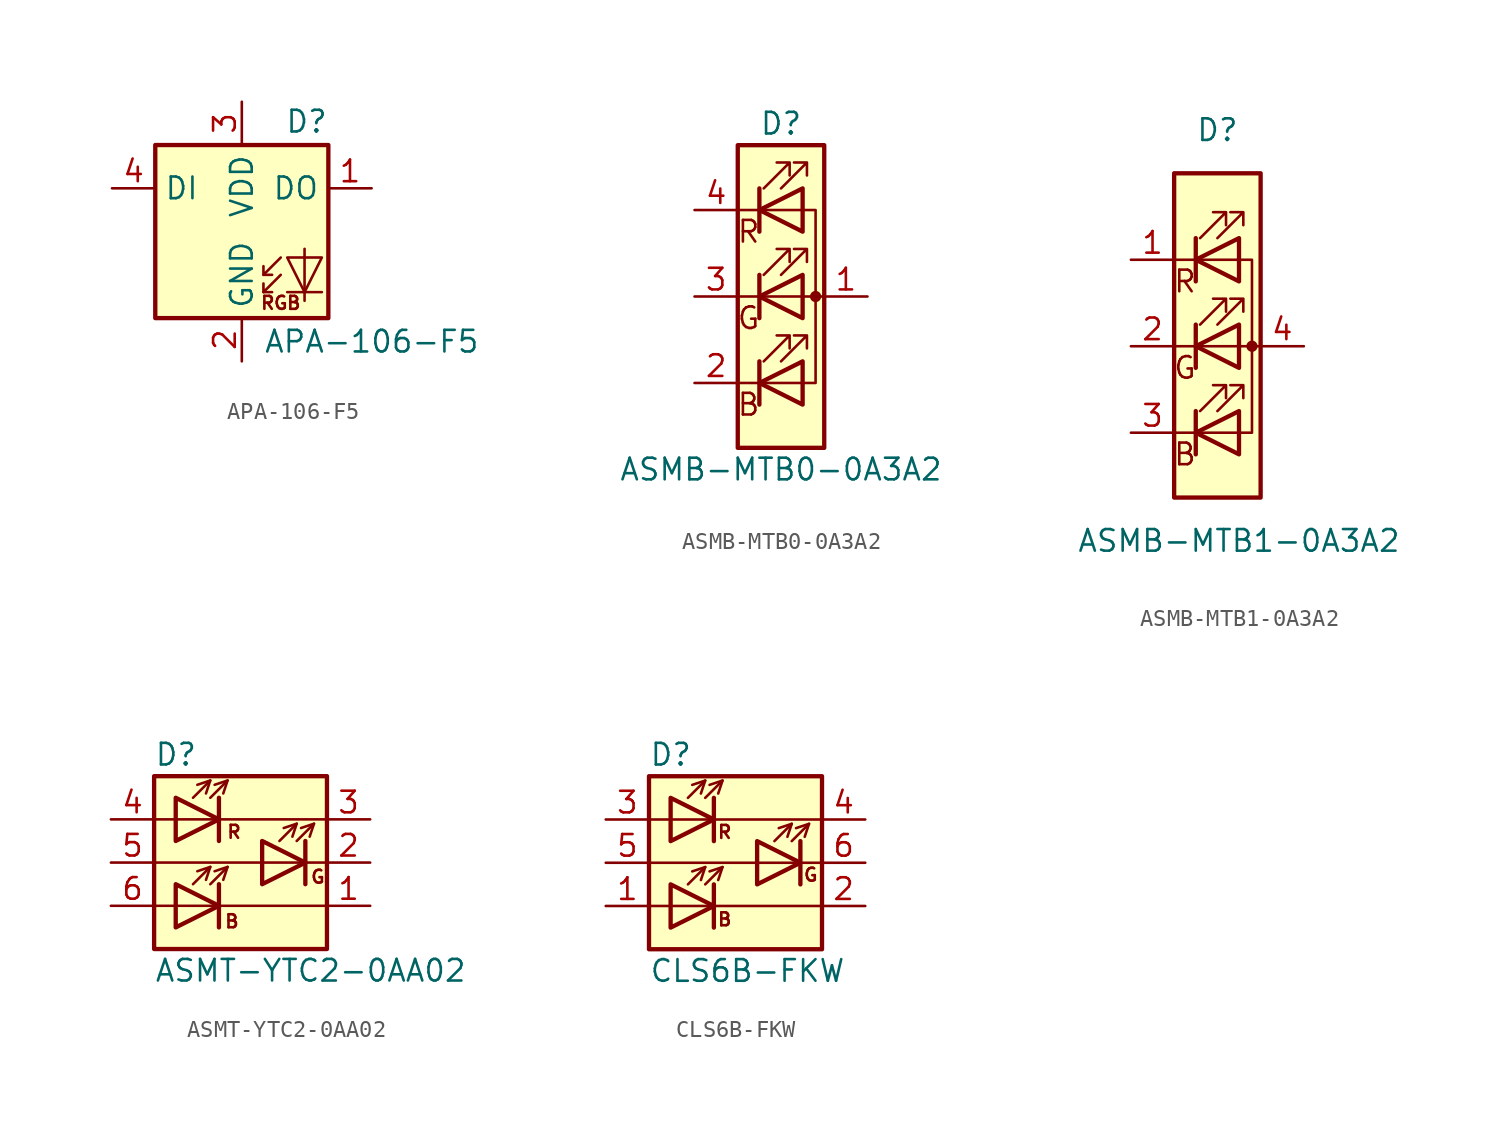
<source format=kicad_sym>
(kicad_symbol_lib
  (version 20201005)
  (generator kicad_symbol_editor)
  (symbol "APA-106-F5"
    (property "Reference" "D"
      (at 5.08 5.715 0)
      (effects (font (size 1.27 1.27)) (justify right bottom)))
    (property "Value" "APA-106-F5"
      (at 1.27 -5.715 0)
      (effects (font (size 1.27 1.27)) (justify left top)))
    (symbol "APA-106-F5_0_0"
      (text "RGB" (at 2.286 -4.191 0) (effects (font (size 0.762 0.762)))))
    (symbol "APA-106-F5_0_1"
      (rectangle (start 5.08 5.08) (end -5.08 -5.08) (stroke (width 0.254)) (fill (type background)))
      (polyline (pts (xy 1.27 -3.556) (xy 1.778 -3.556)) (stroke (width 0)) (fill (type none)))
      (polyline (pts (xy 1.27 -2.54) (xy 1.778 -2.54)) (stroke (width 0)) (fill (type none)))
      (polyline (pts (xy 4.699 -3.556) (xy 2.667 -3.556)) (stroke (width 0)) (fill (type none)))
      (polyline (pts (xy 2.286 -2.54) (xy 1.27 -3.556) (xy 1.27 -3.048)) (stroke (width 0)) (fill (type none)))
      (polyline (pts (xy 2.286 -1.524) (xy 1.27 -2.54) (xy 1.27 -2.032)) (stroke (width 0)) (fill (type none)))
      (polyline (pts (xy 3.683 -1.016) (xy 3.683 -3.556) (xy 3.683 -4.064)) (stroke (width 0)) (fill (type none)))
      (polyline (pts (xy 4.699 -1.524) (xy 2.667 -1.524) (xy 3.683 -3.556) (xy 4.699 -1.524)) (stroke (width 0)) (fill (type none))))
    (symbol "APA-106-F5_1_1"
      (pin output line (at 7.62 2.54 180) (length 2.54) (name "DO" (effects (font (size 1.27 1.27)))) (number "1" (effects (font (size 1.27 1.27)))))
      (pin power_in line (at 0 -7.62 90) (length 2.54) (name "GND" (effects (font (size 1.27 1.27)))) (number "2" (effects (font (size 1.27 1.27)))))
      (pin power_in line (at 0 7.62 270) (length 2.54) (name "VDD" (effects (font (size 1.27 1.27)))) (number "3" (effects (font (size 1.27 1.27)))))
      (pin input line (at -7.62 2.54 0) (length 2.54) (name "DI" (effects (font (size 1.27 1.27)))) (number "4" (effects (font (size 1.27 1.27)))))))
  (symbol "ASMB-MTB0-0A3A2"
    (pin_names
      (offset 0) hide)
    (property "Reference" "D"
      (at 0 10.16 0)
      (effects (font (size 1.27 1.27))))
    (property "Value" "ASMB-MTB0-0A3A2"
      (at 0 -10.16 0)
      (effects (font (size 1.27 1.27))))
    (symbol "ASMB-MTB0-0A3A2_0_0"
      (text "B" (at -1.905 -6.35 0) (effects (font (size 1.27 1.27))))
      (text "G" (at -1.905 -1.27 0) (effects (font (size 1.27 1.27))))
      (text "R" (at -1.905 3.81 0) (effects (font (size 1.27 1.27)))))
    (symbol "ASMB-MTB0-0A3A2_0_1"
      (circle (center 2.032 0) (radius 0.254) (stroke (width 0)) (fill (type outline)))
      (rectangle (start 1.27 6.35) (end 1.27 6.35) (stroke (width 0)) (fill (type none)))
      (rectangle (start -2.54 -8.89) (end 2.54 8.89) (stroke (width 0.254)) (fill (type background)))
      (polyline (pts (xy -2.54 -5.08) (xy 1.27 -5.08)) (stroke (width 0)) (fill (type none)))
      (polyline (pts (xy -1.27 -3.81) (xy -1.27 -6.35)) (stroke (width 0.254)) (fill (type none)))
      (polyline (pts (xy -1.27 1.27) (xy -1.27 -1.27)) (stroke (width 0.254)) (fill (type none)))
      (polyline (pts (xy -1.27 6.35) (xy -1.27 3.81)) (stroke (width 0.254)) (fill (type none)))
      (polyline (pts (xy 1.27 5.08) (xy -2.54 5.08)) (stroke (width 0)) (fill (type none)))
      (polyline (pts (xy 2.54 0) (xy -2.54 0)) (stroke (width 0)) (fill (type none)))
      (polyline (pts (xy 1.27 -5.08) (xy 2.032 -5.08) (xy 2.032 5.08) (xy 1.27 5.08)) (stroke (width 0)) (fill (type none)))
      (polyline (pts (xy 1.27 -3.81) (xy 1.27 -6.35) (xy -1.27 -5.08) (xy 1.27 -3.81)) (stroke (width 0.254)) (fill (type none)))
      (polyline (pts (xy 1.27 1.27) (xy 1.27 -1.27) (xy -1.27 0) (xy 1.27 1.27)) (stroke (width 0.254)) (fill (type none)))
      (polyline (pts (xy 1.27 6.35) (xy 1.27 3.81) (xy -1.27 5.08) (xy 1.27 6.35)) (stroke (width 0.254)) (fill (type none)))
      (polyline (pts (xy -1.016 -3.81) (xy 0.508 -2.286) (xy -0.254 -2.286) (xy 0.508 -2.286) (xy 0.508 -3.048)) (stroke (width 0)) (fill (type none)))
      (polyline (pts (xy -1.016 1.27) (xy 0.508 2.794) (xy -0.254 2.794) (xy 0.508 2.794) (xy 0.508 2.032)) (stroke (width 0)) (fill (type none)))
      (polyline (pts (xy -1.016 6.35) (xy 0.508 7.874) (xy -0.254 7.874) (xy 0.508 7.874) (xy 0.508 7.112)) (stroke (width 0)) (fill (type none)))
      (polyline (pts (xy 0 -3.81) (xy 1.524 -2.286) (xy 0.762 -2.286) (xy 1.524 -2.286) (xy 1.524 -3.048)) (stroke (width 0)) (fill (type none)))
      (polyline (pts (xy 0 1.27) (xy 1.524 2.794) (xy 0.762 2.794) (xy 1.524 2.794) (xy 1.524 2.032)) (stroke (width 0)) (fill (type none)))
      (polyline (pts (xy 0 6.35) (xy 1.524 7.874) (xy 0.762 7.874) (xy 1.524 7.874) (xy 1.524 7.112)) (stroke (width 0)) (fill (type none))))
    (symbol "ASMB-MTB0-0A3A2_1_1"
      (pin passive line (at 5.08 0 180) (length 2.54) (name "A" (effects (font (size 1.27 1.27)))) (number "1" (effects (font (size 1.27 1.27)))))
      (pin passive line (at -5.08 -5.08 0) (length 2.54) (name "BK" (effects (font (size 1.27 1.27)))) (number "2" (effects (font (size 1.27 1.27)))))
      (pin passive line (at -5.08 0 0) (length 2.54) (name "GK" (effects (font (size 1.27 1.27)))) (number "3" (effects (font (size 1.27 1.27)))))
      (pin passive line (at -5.08 5.08 0) (length 2.54) (name "RK" (effects (font (size 1.27 1.27)))) (number "4" (effects (font (size 1.27 1.27)))))))
  (symbol "ASMB-MTB1-0A3A2"
    (pin_names
      (offset 0) hide)
    (property "Reference" "D"
      (at 0 12.7 0)
      (effects (font (size 1.27 1.27))))
    (property "Value" "ASMB-MTB1-0A3A2"
      (at 1.27 -11.43 0)
      (effects (font (size 1.27 1.27))))
    (symbol "ASMB-MTB1-0A3A2_0_0"
      (text "B" (at -1.905 -6.35 0) (effects (font (size 1.27 1.27))))
      (text "G" (at -1.905 -1.27 0) (effects (font (size 1.27 1.27))))
      (text "R" (at -1.905 3.81 0) (effects (font (size 1.27 1.27)))))
    (symbol "ASMB-MTB1-0A3A2_0_1"
      (circle (center 2.032 0) (radius 0.254) (stroke (width 0)) (fill (type outline)))
      (rectangle (start 1.27 6.35) (end 1.27 6.35) (stroke (width 0)) (fill (type none)))
      (rectangle (start 2.54 -8.89) (end -2.54 10.16) (stroke (width 0.254)) (fill (type background)))
      (polyline (pts (xy -2.54 -5.08) (xy 1.27 -5.08)) (stroke (width 0)) (fill (type none)))
      (polyline (pts (xy -1.27 -3.81) (xy -1.27 -6.35)) (stroke (width 0.254)) (fill (type none)))
      (polyline (pts (xy -1.27 1.27) (xy -1.27 -1.27)) (stroke (width 0.254)) (fill (type none)))
      (polyline (pts (xy -1.27 6.35) (xy -1.27 3.81)) (stroke (width 0.254)) (fill (type none)))
      (polyline (pts (xy 1.27 5.08) (xy -2.54 5.08)) (stroke (width 0)) (fill (type none)))
      (polyline (pts (xy 2.54 0) (xy -2.54 0)) (stroke (width 0)) (fill (type none)))
      (polyline (pts (xy 1.27 -5.08) (xy 2.032 -5.08) (xy 2.032 5.08) (xy 1.27 5.08)) (stroke (width 0)) (fill (type none)))
      (polyline (pts (xy 1.27 -3.81) (xy 1.27 -6.35) (xy -1.27 -5.08) (xy 1.27 -3.81)) (stroke (width 0.254)) (fill (type none)))
      (polyline (pts (xy 1.27 1.27) (xy 1.27 -1.27) (xy -1.27 0) (xy 1.27 1.27)) (stroke (width 0.254)) (fill (type none)))
      (polyline (pts (xy 1.27 6.35) (xy 1.27 3.81) (xy -1.27 5.08) (xy 1.27 6.35)) (stroke (width 0.254)) (fill (type none)))
      (polyline (pts (xy -1.016 -3.81) (xy 0.508 -2.286) (xy -0.254 -2.286) (xy 0.508 -2.286) (xy 0.508 -3.048)) (stroke (width 0)) (fill (type none)))
      (polyline (pts (xy -1.016 1.27) (xy 0.508 2.794) (xy -0.254 2.794) (xy 0.508 2.794) (xy 0.508 2.032)) (stroke (width 0)) (fill (type none)))
      (polyline (pts (xy -1.016 6.35) (xy 0.508 7.874) (xy -0.254 7.874) (xy 0.508 7.874) (xy 0.508 7.112)) (stroke (width 0)) (fill (type none)))
      (polyline (pts (xy 0 -3.81) (xy 1.524 -2.286) (xy 0.762 -2.286) (xy 1.524 -2.286) (xy 1.524 -3.048)) (stroke (width 0)) (fill (type none)))
      (polyline (pts (xy 0 1.27) (xy 1.524 2.794) (xy 0.762 2.794) (xy 1.524 2.794) (xy 1.524 2.032)) (stroke (width 0)) (fill (type none)))
      (polyline (pts (xy 0 6.35) (xy 1.524 7.874) (xy 0.762 7.874) (xy 1.524 7.874) (xy 1.524 7.112)) (stroke (width 0)) (fill (type none))))
    (symbol "ASMB-MTB1-0A3A2_1_1"
      (pin passive line (at -5.08 5.08 0) (length 2.54) (name "RK" (effects (font (size 1.27 1.27)))) (number "1" (effects (font (size 1.27 1.27)))))
      (pin passive line (at -5.08 0 0) (length 2.54) (name "GK" (effects (font (size 1.27 1.27)))) (number "2" (effects (font (size 1.27 1.27)))))
      (pin passive line (at -5.08 -5.08 0) (length 2.54) (name "BK" (effects (font (size 1.27 1.27)))) (number "3" (effects (font (size 1.27 1.27)))))
      (pin passive line (at 5.08 0 180) (length 2.54) (name "A" (effects (font (size 1.27 1.27)))) (number "4" (effects (font (size 1.27 1.27)))))))
  (symbol "ASMT-YTC2-0AA02"
    (pin_names hide)
    (property "Reference" "D"
      (at -5.08 6.35 0)
      (effects (font (size 1.27 1.27)) (justify left)))
    (property "Value" "ASMT-YTC2-0AA02"
      (at -5.08 -6.35 0)
      (effects (font (size 1.27 1.27)) (justify left)))
    (symbol "ASMT-YTC2-0AA02_0_0"
      (text "B" (at -0.508 -3.454 0) (effects (font (size 0.762 0.762))))
      (text "G" (at 4.547 -0.838 0) (effects (font (size 0.762 0.762))))
      (text "R" (at -0.381 1.803 0) (effects (font (size 0.762 0.762)))))
    (symbol "ASMT-YTC2-0AA02_0_1"
      (rectangle (start -5.08 5.08) (end 5.08 -5.08) (stroke (width 0.254)) (fill (type background)))
      (polyline (pts (xy -5.08 -2.54) (xy 5.08 -2.54)) (stroke (width 0)) (fill (type none)))
      (polyline (pts (xy -5.08 0) (xy 5.08 0)) (stroke (width 0)) (fill (type none)))
      (polyline (pts (xy -5.08 2.54) (xy 5.08 2.54)) (stroke (width 0)) (fill (type none)))
      (polyline (pts (xy -2.794 -1.27) (xy -1.778 -0.254)) (stroke (width 0)) (fill (type none)))
      (polyline (pts (xy -2.794 3.81) (xy -1.778 4.826)) (stroke (width 0)) (fill (type none)))
      (polyline (pts (xy -1.778 -1.27) (xy -0.762 -0.254)) (stroke (width 0)) (fill (type none)))
      (polyline (pts (xy -1.778 3.81) (xy -0.762 4.826)) (stroke (width 0)) (fill (type none)))
      (polyline (pts (xy -1.27 -1.27) (xy -1.27 -3.81)) (stroke (width 0.254)) (fill (type none)))
      (polyline (pts (xy -1.27 3.81) (xy -1.27 1.27)) (stroke (width 0.254)) (fill (type none)))
      (polyline (pts (xy 2.286 1.27) (xy 3.302 2.286)) (stroke (width 0)) (fill (type none)))
      (polyline (pts (xy 3.302 1.27) (xy 4.318 2.286)) (stroke (width 0)) (fill (type none)))
      (polyline (pts (xy 3.81 1.27) (xy 3.81 -1.27)) (stroke (width 0.254)) (fill (type none)))
      (polyline (pts (xy -2.54 4.572) (xy -1.778 4.826) (xy -2.032 4.064)) (stroke (width 0)) (fill (type none)))
      (polyline (pts (xy -2.032 -1.016) (xy -1.778 -0.254) (xy -2.54 -0.508)) (stroke (width 0)) (fill (type none)))
      (polyline (pts (xy -1.524 -0.508) (xy -0.762 -0.254) (xy -1.016 -1.016)) (stroke (width 0)) (fill (type none)))
      (polyline (pts (xy -1.524 4.572) (xy -0.762 4.826) (xy -1.016 4.064)) (stroke (width 0)) (fill (type none)))
      (polyline (pts (xy 3.048 1.524) (xy 3.302 2.286) (xy 2.54 2.032)) (stroke (width 0)) (fill (type none)))
      (polyline (pts (xy 3.556 2.032) (xy 4.318 2.286) (xy 4.064 1.524)) (stroke (width 0)) (fill (type none)))
      (polyline (pts (xy -3.81 -1.27) (xy -3.81 -3.81) (xy -1.27 -2.54) (xy -3.81 -1.27)) (stroke (width 0.254)) (fill (type none)))
      (polyline (pts (xy -3.81 3.81) (xy -3.81 1.27) (xy -1.27 2.54) (xy -3.81 3.81)) (stroke (width 0.254)) (fill (type none)))
      (polyline (pts (xy 1.27 1.27) (xy 1.27 -1.27) (xy 3.81 0) (xy 1.27 1.27)) (stroke (width 0.254)) (fill (type none))))
    (symbol "ASMT-YTC2-0AA02_1_1"
      (pin passive line (at 7.62 -2.54 180) (length 2.54) (name "KB" (effects (font (size 1.27 1.27)))) (number "1" (effects (font (size 1.27 1.27)))))
      (pin passive line (at 7.62 0 180) (length 2.54) (name "KG" (effects (font (size 1.27 1.27)))) (number "2" (effects (font (size 1.27 1.27)))))
      (pin passive line (at 7.62 2.54 180) (length 2.54) (name "KR" (effects (font (size 1.27 1.27)))) (number "3" (effects (font (size 1.27 1.27)))))
      (pin passive line (at -7.62 2.54 0) (length 2.54) (name "AR" (effects (font (size 1.27 1.27)))) (number "4" (effects (font (size 1.27 1.27)))))
      (pin passive line (at -7.62 0 0) (length 2.54) (name "AG" (effects (font (size 1.27 1.27)))) (number "5" (effects (font (size 1.27 1.27)))))
      (pin passive line (at -7.62 -2.54 0) (length 2.54) (name "AB" (effects (font (size 1.27 1.27)))) (number "6" (effects (font (size 1.27 1.27)))))))
  (symbol "CLS6B-FKW"
    (pin_names hide)
    (property "Reference" "D"
      (at -5.08 6.35 0)
      (effects (font (size 1.27 1.27)) (justify left)))
    (property "Value" "CLS6B-FKW"
      (at -5.08 -6.35 0)
      (effects (font (size 1.27 1.27)) (justify left)))
    (symbol "CLS6B-FKW_0_0"
      (text "B" (at -0.635 -3.327 0) (effects (font (size 0.762 0.762))))
      (text "G" (at 4.42 -0.711 0) (effects (font (size 0.762 0.762))))
      (text "R" (at -0.635 1.803 0) (effects (font (size 0.762 0.762)))))
    (symbol "CLS6B-FKW_0_1"
      (rectangle (start -5.08 5.08) (end 5.08 -5.08) (stroke (width 0.254)) (fill (type background)))
      (polyline (pts (xy -5.08 -2.54) (xy 5.08 -2.54)) (stroke (width 0)) (fill (type none)))
      (polyline (pts (xy -5.08 0) (xy 5.08 0)) (stroke (width 0)) (fill (type none)))
      (polyline (pts (xy -5.08 2.54) (xy 5.08 2.54)) (stroke (width 0)) (fill (type none)))
      (polyline (pts (xy -2.794 -1.27) (xy -1.778 -0.254)) (stroke (width 0)) (fill (type none)))
      (polyline (pts (xy -2.794 3.81) (xy -1.778 4.826)) (stroke (width 0)) (fill (type none)))
      (polyline (pts (xy -1.778 -1.27) (xy -0.762 -0.254)) (stroke (width 0)) (fill (type none)))
      (polyline (pts (xy -1.778 3.81) (xy -0.762 4.826)) (stroke (width 0)) (fill (type none)))
      (polyline (pts (xy -1.27 -1.27) (xy -1.27 -3.81)) (stroke (width 0.254)) (fill (type none)))
      (polyline (pts (xy -1.27 3.81) (xy -1.27 1.27)) (stroke (width 0.254)) (fill (type none)))
      (polyline (pts (xy 2.286 1.27) (xy 3.302 2.286)) (stroke (width 0)) (fill (type none)))
      (polyline (pts (xy 3.302 1.27) (xy 4.318 2.286)) (stroke (width 0)) (fill (type none)))
      (polyline (pts (xy 3.81 1.27) (xy 3.81 -1.27)) (stroke (width 0.254)) (fill (type none)))
      (polyline (pts (xy -2.54 4.572) (xy -1.778 4.826) (xy -2.032 4.064)) (stroke (width 0)) (fill (type none)))
      (polyline (pts (xy -2.032 -1.016) (xy -1.778 -0.254) (xy -2.54 -0.508)) (stroke (width 0)) (fill (type none)))
      (polyline (pts (xy -1.524 -0.508) (xy -0.762 -0.254) (xy -1.016 -1.016)) (stroke (width 0)) (fill (type none)))
      (polyline (pts (xy -1.524 4.572) (xy -0.762 4.826) (xy -1.016 4.064)) (stroke (width 0)) (fill (type none)))
      (polyline (pts (xy 3.048 1.524) (xy 3.302 2.286) (xy 2.54 2.032)) (stroke (width 0)) (fill (type none)))
      (polyline (pts (xy 3.556 2.032) (xy 4.318 2.286) (xy 4.064 1.524)) (stroke (width 0)) (fill (type none)))
      (polyline (pts (xy -3.81 -1.27) (xy -3.81 -3.81) (xy -1.27 -2.54) (xy -3.81 -1.27)) (stroke (width 0.254)) (fill (type none)))
      (polyline (pts (xy -3.81 3.81) (xy -3.81 1.27) (xy -1.27 2.54) (xy -3.81 3.81)) (stroke (width 0.254)) (fill (type none)))
      (polyline (pts (xy 1.27 1.27) (xy 1.27 -1.27) (xy 3.81 0) (xy 1.27 1.27)) (stroke (width 0.254)) (fill (type none))))
    (symbol "CLS6B-FKW_1_1"
      (pin passive line (at -7.62 -2.54 0) (length 2.54) (name "AB" (effects (font (size 1.27 1.27)))) (number "1" (effects (font (size 1.27 1.27)))))
      (pin passive line (at 7.62 -2.54 180) (length 2.54) (name "KB" (effects (font (size 1.27 1.27)))) (number "2" (effects (font (size 1.27 1.27)))))
      (pin passive line (at -7.62 2.54 0) (length 2.54) (name "AR" (effects (font (size 1.27 1.27)))) (number "3" (effects (font (size 1.27 1.27)))))
      (pin passive line (at 7.62 2.54 180) (length 2.54) (name "KR" (effects (font (size 1.27 1.27)))) (number "4" (effects (font (size 1.27 1.27)))))
      (pin passive line (at -7.62 0 0) (length 2.54) (name "AG" (effects (font (size 1.27 1.27)))) (number "5" (effects (font (size 1.27 1.27)))))
      (pin passive line (at 7.62 0 180) (length 2.54) (name "KR" (effects (font (size 1.27 1.27)))) (number "6" (effects (font (size 1.27 1.27))))))))
</source>
